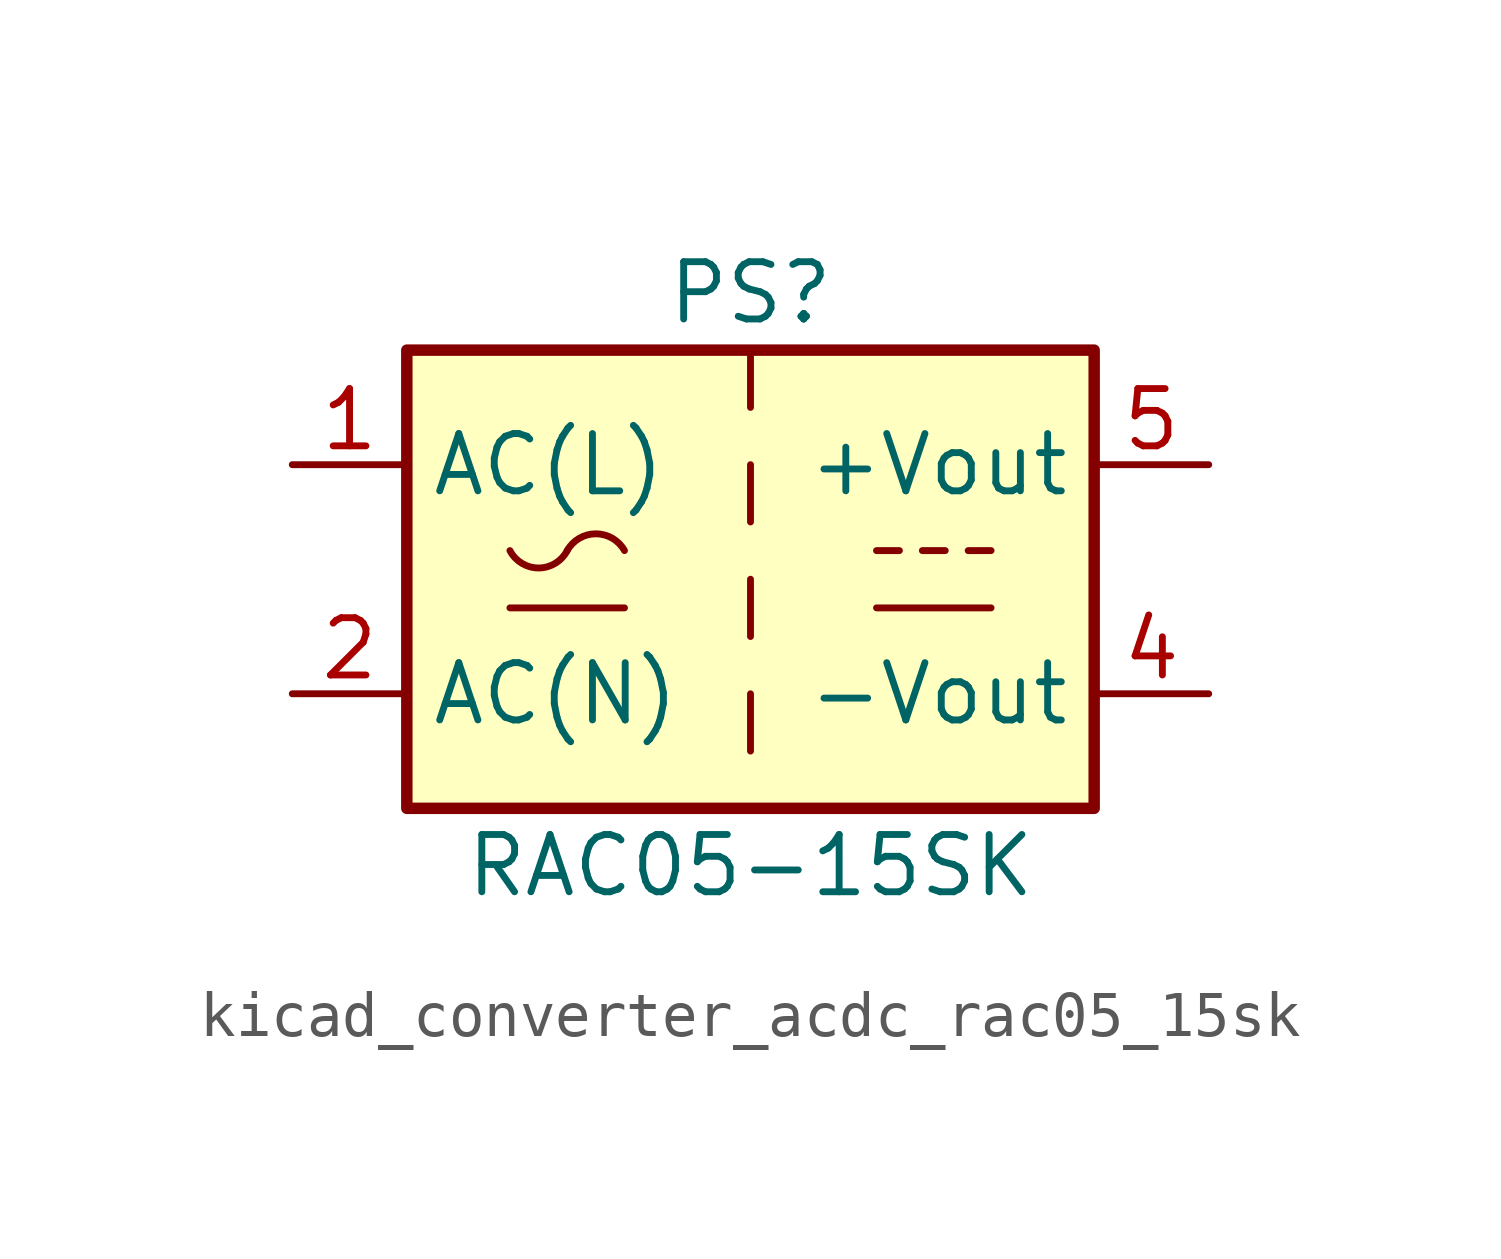
<source format=kicad_sym>
(kicad_symbol_lib
  (version 20220914)
  (generator kicad_symbol_editor)
  (symbol "kicad_converter_acdc_rac05_15sk"
    (property "Reference" "PS"
      (at 0 6.35 0)
      (effects (font (size 1.27 1.27))))
    (property "Value" "RAC05-15SK"
      (at 0 -6.35 0)
      (effects (font (size 1.27 1.27))))
    (symbol "kicad_converter_acdc_rac05_15sk_1_1"
      (rectangle (start -7.62 5.08) (end 7.62 -5.08) (stroke (width 0.254) (type default)) (fill (type background)))
      (arc (start -5.334 0.635) (mid -4.699 0.2495) (end -4.064 0.635) (stroke (width 0) (type default)) (fill (type none)))
      (arc (start -2.794 0.635) (mid -3.429 1.0072) (end -4.064 0.635) (stroke (width 0) (type default)) (fill (type none)))
      (polyline (pts (xy -5.334 -0.635) (xy -2.794 -0.635)) (stroke (width 0) (type default)) (fill (type none)))
      (polyline (pts (xy 0 -2.54) (xy 0 -3.81)) (stroke (width 0) (type default)) (fill (type none)))
      (polyline (pts (xy 0 0) (xy 0 -1.27)) (stroke (width 0) (type default)) (fill (type none)))
      (polyline (pts (xy 0 2.54) (xy 0 1.27)) (stroke (width 0) (type default)) (fill (type none)))
      (polyline (pts (xy 0 5.08) (xy 0 3.81)) (stroke (width 0) (type default)) (fill (type none)))
      (polyline (pts (xy 2.794 -0.635) (xy 5.334 -0.635)) (stroke (width 0) (type default)) (fill (type none)))
      (polyline (pts (xy 2.794 0.635) (xy 3.302 0.635)) (stroke (width 0) (type default)) (fill (type none)))
      (polyline (pts (xy 3.81 0.635) (xy 4.318 0.635)) (stroke (width 0) (type default)) (fill (type none)))
      (polyline (pts (xy 4.826 0.635) (xy 5.334 0.635)) (stroke (width 0) (type default)) (fill (type none)))
      (pin power_in line (at -10.16 2.54 0) (length 2.54) (name "AC(L)" (effects (font (size 1.27 1.27)))) (number "1" (effects (font (size 1.27 1.27)))))
      (pin power_in line (at -10.16 -2.54 0) (length 2.54) (name "AC(N)" (effects (font (size 1.27 1.27)))) (number "2" (effects (font (size 1.27 1.27)))))
      (pin no_connect line (at 7.62 0 180) (length 2.54) hide (name "NC" (effects (font (size 1.27 1.27)))) (number "3" (effects (font (size 1.27 1.27)))))
      (pin power_out line (at 10.16 -2.54 180) (length 2.54) (name "-Vout" (effects (font (size 1.27 1.27)))) (number "4" (effects (font (size 1.27 1.27)))))
      (pin power_out line (at 10.16 2.54 180) (length 2.54) (name "+Vout" (effects (font (size 1.27 1.27)))) (number "5" (effects (font (size 1.27 1.27))))))))
</source>
